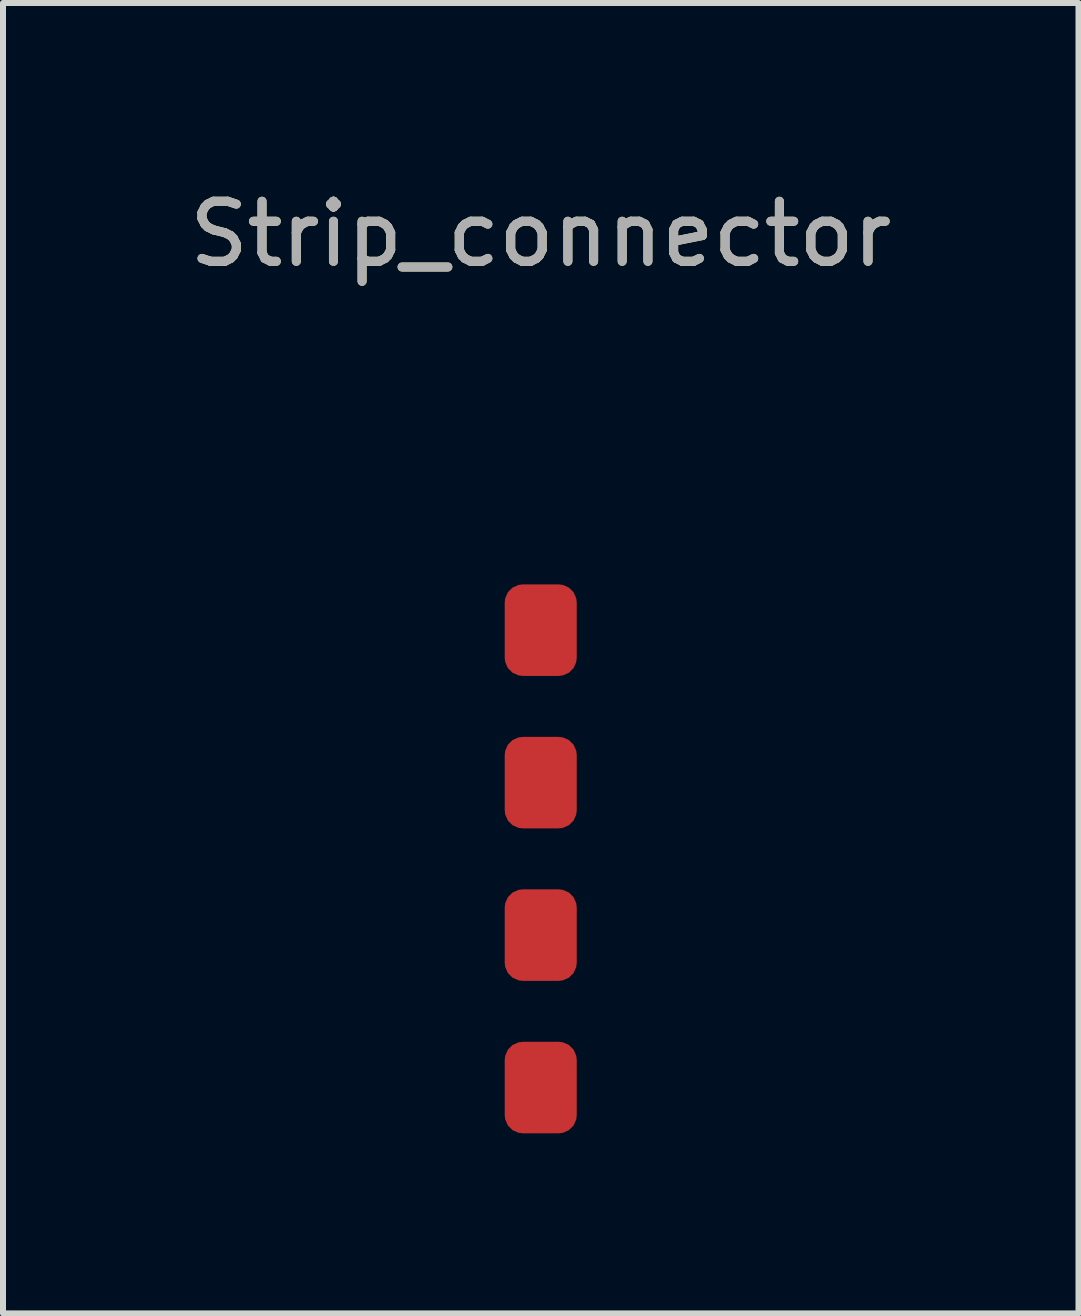
<source format=kicad_pcb>
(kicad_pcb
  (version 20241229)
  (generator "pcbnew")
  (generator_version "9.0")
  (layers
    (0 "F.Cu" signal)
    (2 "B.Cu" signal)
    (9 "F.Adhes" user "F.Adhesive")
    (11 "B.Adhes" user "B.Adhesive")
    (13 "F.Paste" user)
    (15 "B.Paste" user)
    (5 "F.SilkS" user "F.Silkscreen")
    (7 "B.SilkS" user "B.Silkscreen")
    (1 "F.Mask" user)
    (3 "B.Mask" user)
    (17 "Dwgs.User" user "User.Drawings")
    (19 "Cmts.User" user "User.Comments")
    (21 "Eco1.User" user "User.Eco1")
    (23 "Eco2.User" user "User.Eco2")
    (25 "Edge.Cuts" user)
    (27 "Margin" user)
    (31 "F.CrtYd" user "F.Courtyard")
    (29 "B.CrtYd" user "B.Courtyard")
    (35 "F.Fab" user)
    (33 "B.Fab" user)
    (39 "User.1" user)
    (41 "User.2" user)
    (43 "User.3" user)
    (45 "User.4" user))
  (footprint "Strip_connector"
    (layer "F.Cu")
    (at 5.958 7.448)
    (property "Reference" "Strip_connector" (at 0 -6.6 0) (unlocked yes) (layer "F.SilkS") (effects (font (size 1 1) (thickness 0.15))))
    (attr smd)
    (fp_text user "${REFERENCE}" (at 0 -6.6 0) (unlocked yes) (layer "F.Fab") (effects (font (size 1 1) (thickness 0.15))))
    (pad "1" smd roundrect (at 0 0) (size 1.2 1.524) (layers "F.Cu" "F.Mask" "F.Paste") (roundrect_rratio 0.25))
    (pad "2" smd roundrect (at 0 2.54) (size 1.2 1.524) (layers "F.Cu" "F.Mask" "F.Paste") (roundrect_rratio 0.25))
    (pad "3" smd roundrect (at 0 5.08) (size 1.2 1.524) (layers "F.Cu" "F.Mask" "F.Paste") (roundrect_rratio 0.25))
    (pad "4" smd roundrect (at 0 7.62) (size 1.2 1.524) (layers "F.Cu" "F.Mask" "F.Paste") (roundrect_rratio 0.25)))
  (gr_rect
    (start -3 -3)
    (end 14.917 18.83)
    (stroke (width 0.1) (type default))
    (fill no)
    (layer "Edge.Cuts")))
</source>
